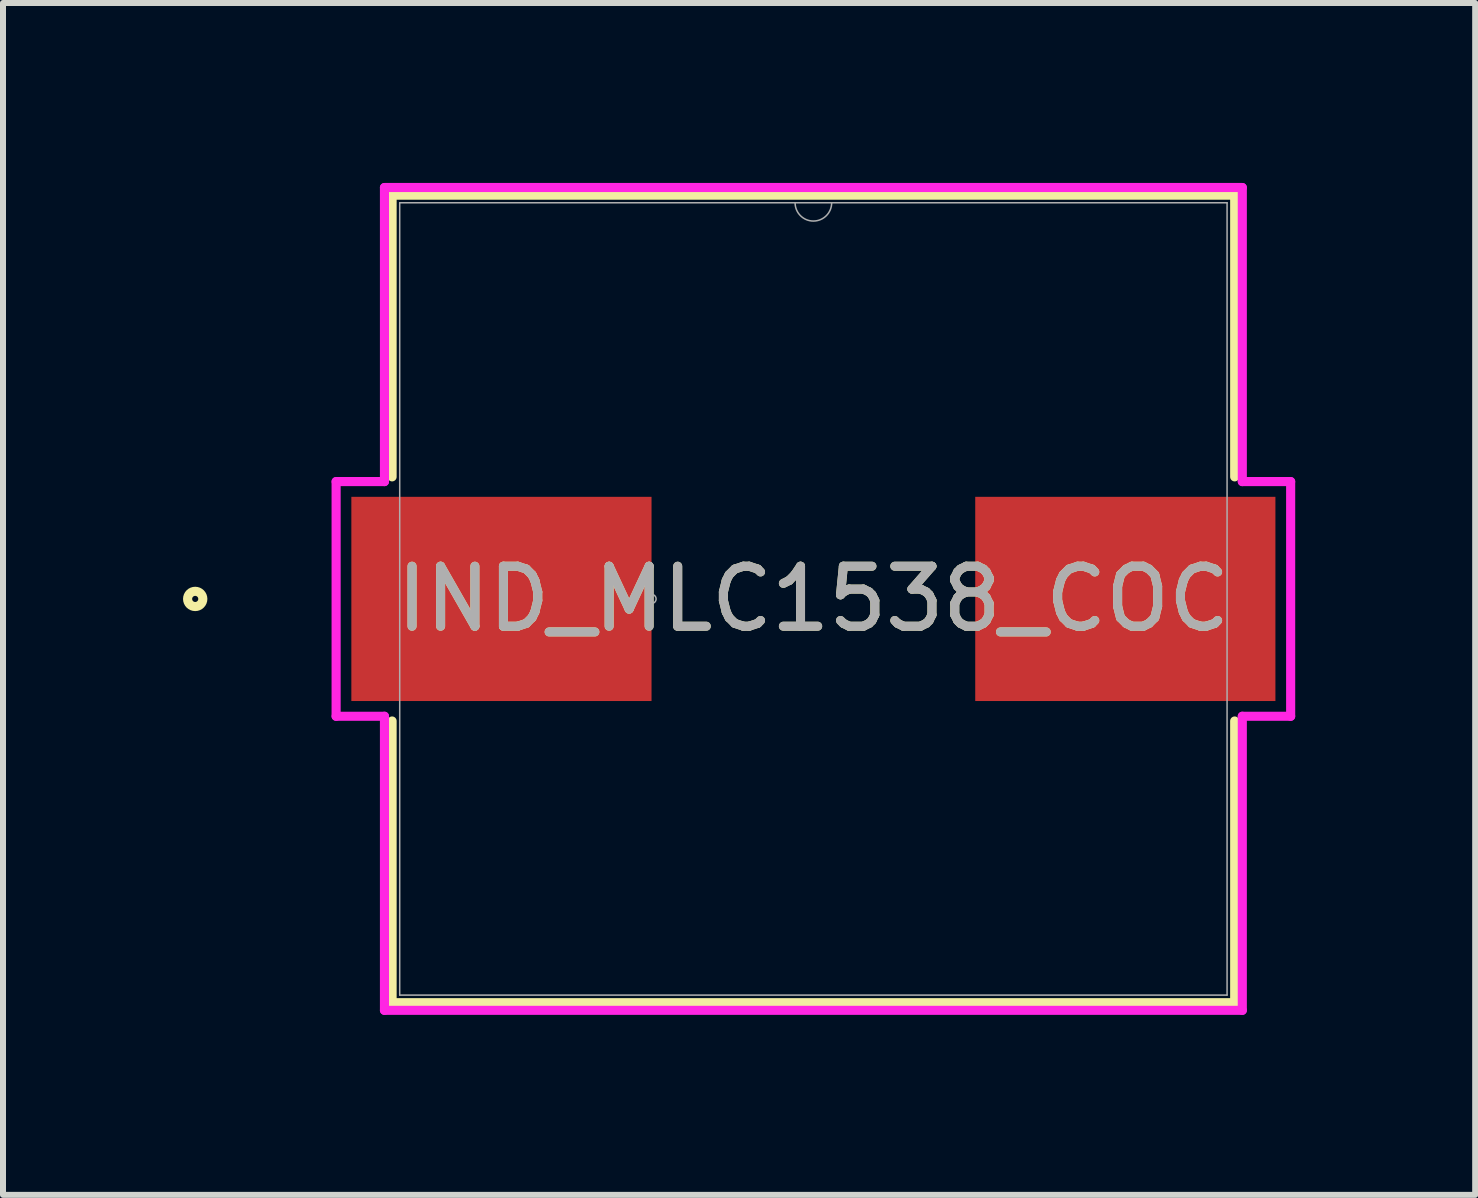
<source format=kicad_pcb>
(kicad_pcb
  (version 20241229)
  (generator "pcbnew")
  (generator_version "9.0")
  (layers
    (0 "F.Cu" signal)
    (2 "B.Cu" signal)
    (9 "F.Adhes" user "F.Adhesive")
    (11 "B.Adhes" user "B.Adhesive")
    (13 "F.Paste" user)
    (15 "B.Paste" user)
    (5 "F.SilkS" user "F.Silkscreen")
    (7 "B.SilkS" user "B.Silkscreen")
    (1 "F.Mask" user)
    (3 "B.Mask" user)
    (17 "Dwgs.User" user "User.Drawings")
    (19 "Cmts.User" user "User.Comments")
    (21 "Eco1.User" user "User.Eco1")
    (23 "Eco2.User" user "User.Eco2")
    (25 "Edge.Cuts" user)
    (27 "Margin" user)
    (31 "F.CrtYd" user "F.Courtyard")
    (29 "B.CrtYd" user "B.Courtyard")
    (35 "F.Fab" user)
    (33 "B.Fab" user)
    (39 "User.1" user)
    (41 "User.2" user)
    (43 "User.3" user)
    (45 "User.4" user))
  (footprint "IND_MLC1538_COC"
    (layer "F.Cu")
    (at 10.509 6.934)
    (property "Reference" "IND_MLC1538_COC" (at 0 0 0) (unlocked yes) (layer "F.SilkS") (effects (font (size 1 1) (thickness 0.15))))
    (attr smd)
    (fp_line (start -7.023 -6.731) (end -7.023 -2.035) (stroke (width 0.152) (type solid)) (layer "F.SilkS"))
    (fp_line (start -7.023 2.035) (end -7.023 6.731) (stroke (width 0.152) (type solid)) (layer "F.SilkS"))
    (fp_line (start -7.023 6.731) (end 7.023 6.731) (stroke (width 0.152) (type solid)) (layer "F.SilkS"))
    (fp_line (start 7.023 -6.731) (end -7.023 -6.731) (stroke (width 0.152) (type solid)) (layer "F.SilkS"))
    (fp_line (start 7.023 -2.035) (end 7.023 -6.731) (stroke (width 0.152) (type solid)) (layer "F.SilkS"))
    (fp_line (start 7.023 6.731) (end 7.023 2.035) (stroke (width 0.152) (type solid)) (layer "F.SilkS"))
    (fp_circle (center -10.305 0) (end -10.178 0) (stroke (width 0.152) (type solid)) (fill no) (layer "F.SilkS"))
    (fp_line (start -7.956 -1.956) (end -7.15 -1.956) (stroke (width 0.152) (type solid)) (layer "F.CrtYd"))
    (fp_line (start -7.956 1.956) (end -7.956 -1.956) (stroke (width 0.152) (type solid)) (layer "F.CrtYd"))
    (fp_line (start -7.956 1.956) (end -7.15 1.956) (stroke (width 0.152) (type solid)) (layer "F.CrtYd"))
    (fp_line (start -7.15 -6.858) (end 7.15 -6.858) (stroke (width 0.152) (type solid)) (layer "F.CrtYd"))
    (fp_line (start -7.15 -1.956) (end -7.15 -6.858) (stroke (width 0.152) (type solid)) (layer "F.CrtYd"))
    (fp_line (start -7.15 6.858) (end -7.15 1.956) (stroke (width 0.152) (type solid)) (layer "F.CrtYd"))
    (fp_line (start 7.15 -6.858) (end 7.15 -1.956) (stroke (width 0.152) (type solid)) (layer "F.CrtYd"))
    (fp_line (start 7.15 1.956) (end 7.15 6.858) (stroke (width 0.152) (type solid)) (layer "F.CrtYd"))
    (fp_line (start 7.15 6.858) (end -7.15 6.858) (stroke (width 0.152) (type solid)) (layer "F.CrtYd"))
    (fp_line (start 7.956 -1.956) (end 7.15 -1.956) (stroke (width 0.152) (type solid)) (layer "F.CrtYd"))
    (fp_line (start 7.956 -1.956) (end 7.956 1.956) (stroke (width 0.152) (type solid)) (layer "F.CrtYd"))
    (fp_line (start 7.956 1.956) (end 7.15 1.956) (stroke (width 0.152) (type solid)) (layer "F.CrtYd"))
    (fp_line (start -6.896 -6.604) (end -6.896 6.604) (stroke (width 0.025) (type solid)) (layer "F.Fab"))
    (fp_line (start -6.896 6.604) (end 6.896 6.604) (stroke (width 0.025) (type solid)) (layer "F.Fab"))
    (fp_line (start 6.896 -6.604) (end -6.896 -6.604) (stroke (width 0.025) (type solid)) (layer "F.Fab"))
    (fp_line (start 6.896 6.604) (end 6.896 -6.604) (stroke (width 0.025) (type solid)) (layer "F.Fab"))
    (fp_arc (start 0.3048 -6.604) (mid 0 -6.2992) (end -0.3048 -6.604) (stroke (width 0.0254) (type solid)) (layer "F.Fab"))
    (fp_circle (center -2.698 0) (end -2.622 0) (stroke (width 0.025) (type solid)) (fill no) (layer "F.Fab"))
    (fp_text user "${REFERENCE}" (at 0 0 0) (unlocked yes) (layer "F.Fab") (effects (font (size 1 1) (thickness 0.15))))
    (pad "1" smd rect (at -5.2 0) (size 5.004 3.404) (layers "F.Cu" "F.Mask" "F.Paste"))
    (pad "2" smd rect (at 5.2 0) (size 5.004 3.404) (layers "F.Cu" "F.Mask" "F.Paste")))
  (gr_rect
    (start -3 -3)
    (end 21.541 16.868)
    (stroke (width 0.1) (type default))
    (fill no)
    (layer "Edge.Cuts")))
</source>
